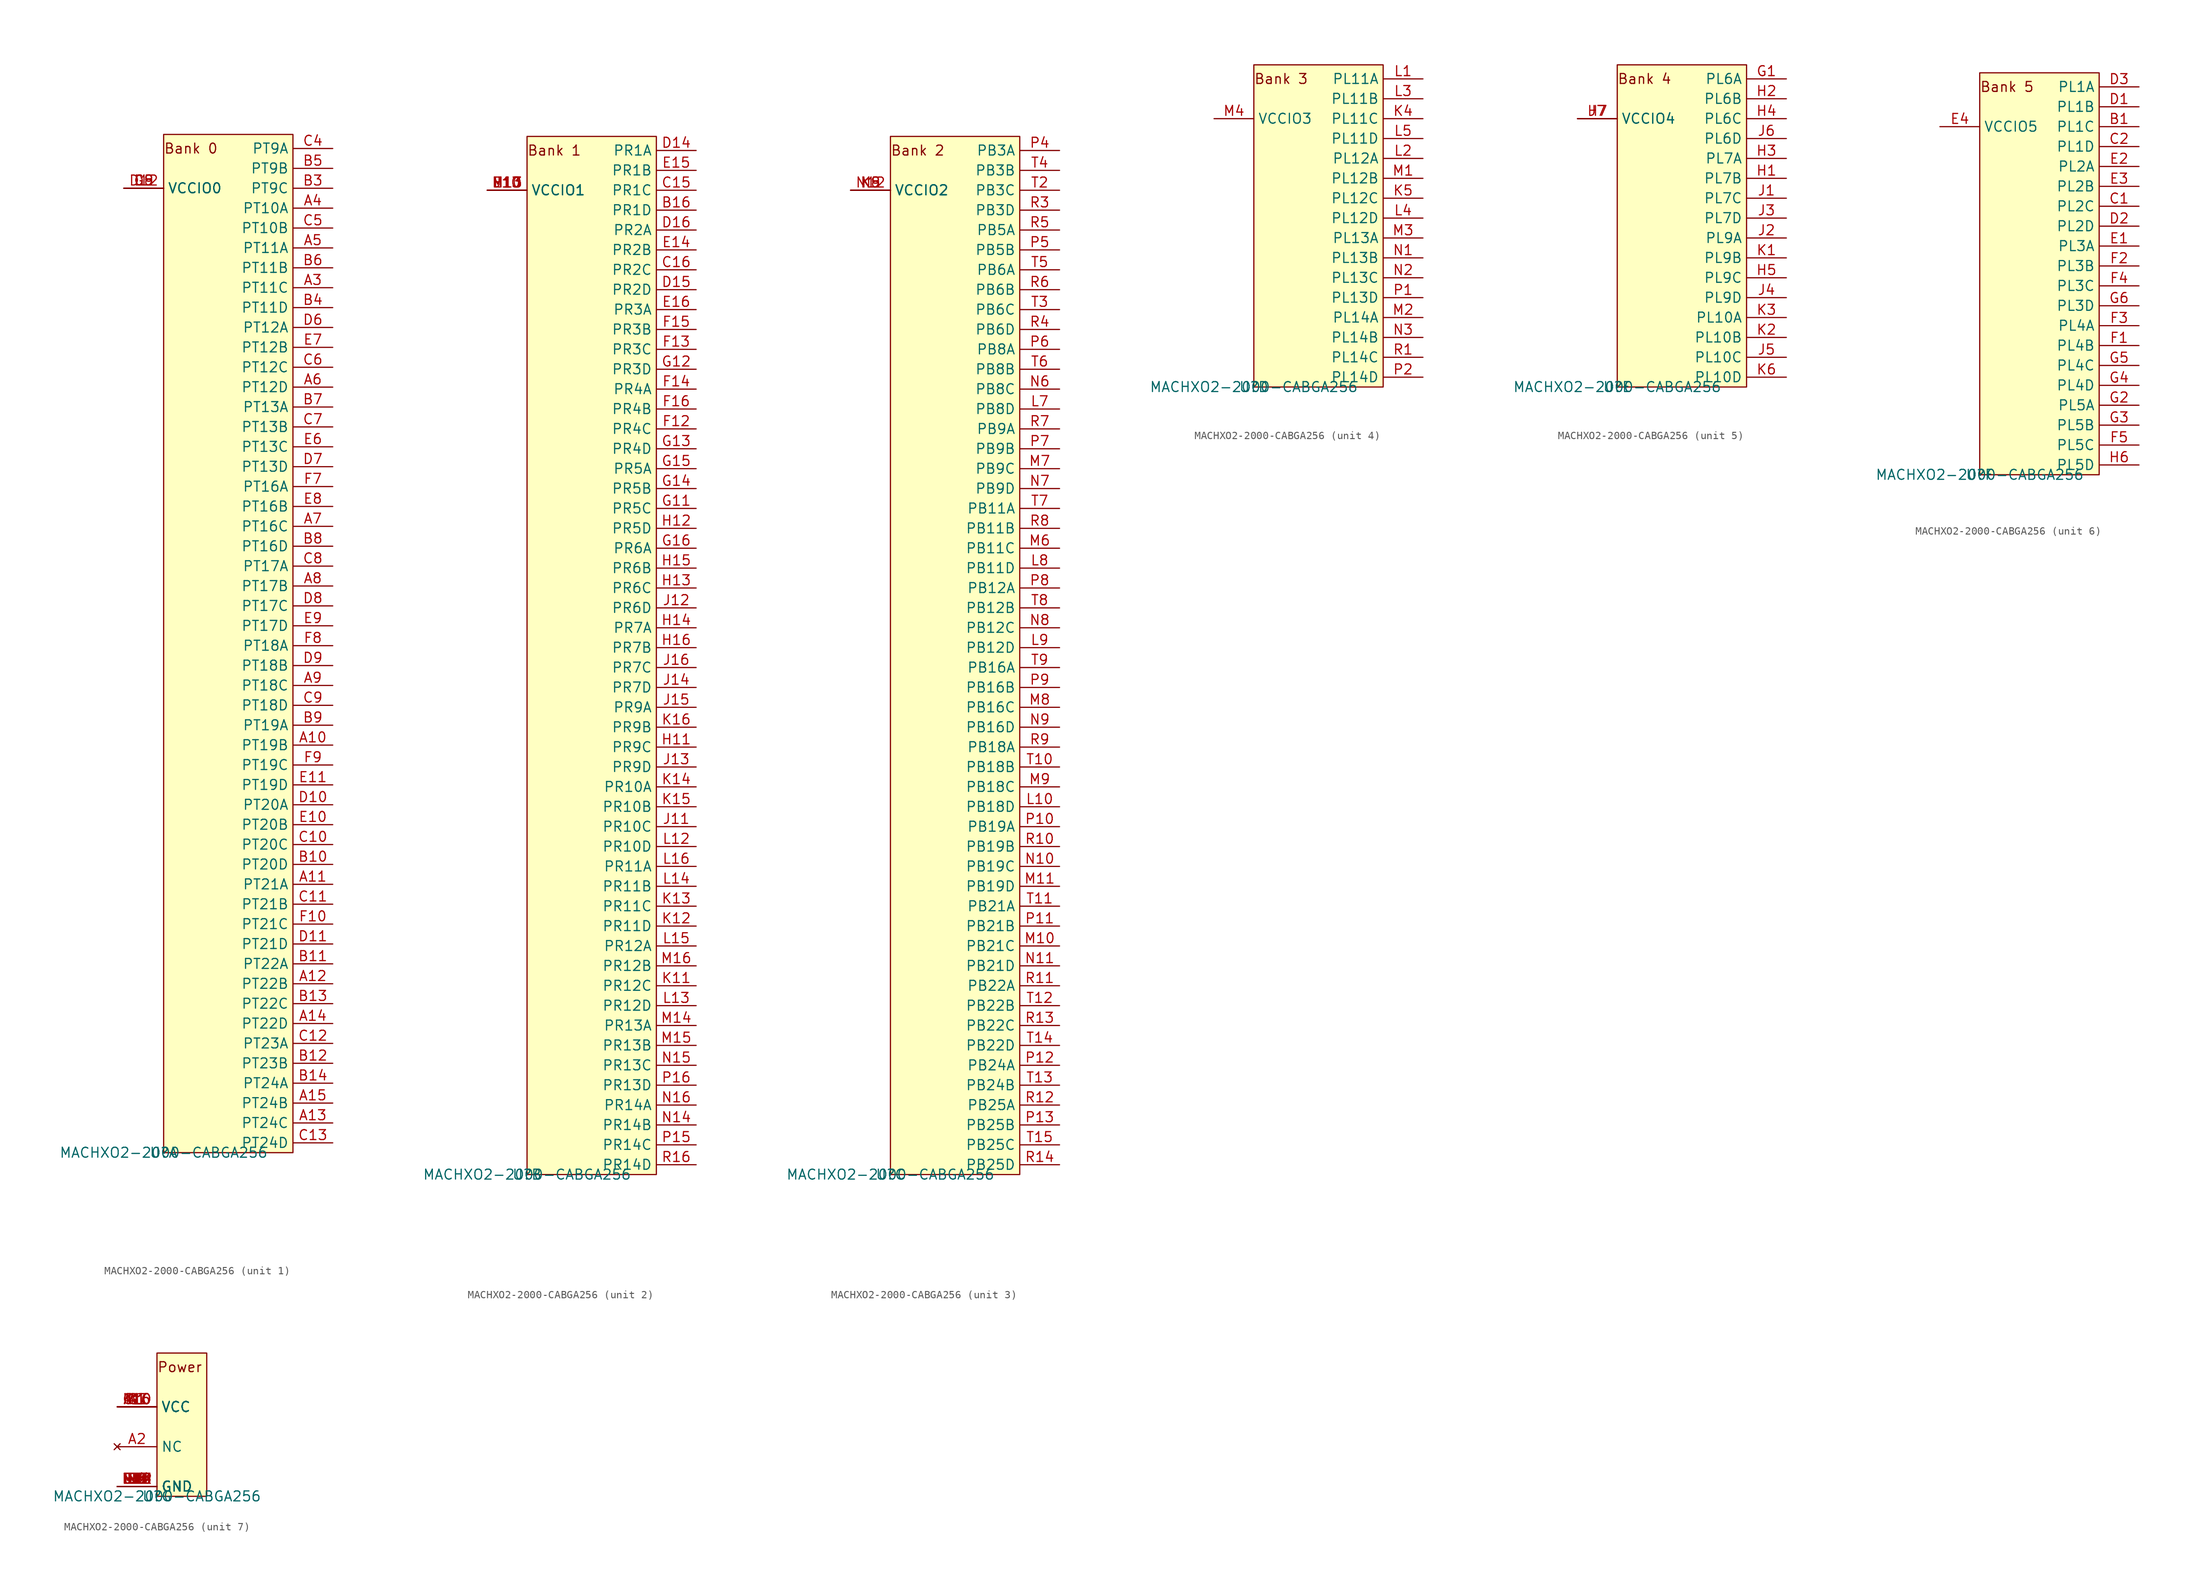
<source format=kicad_sym>
(kicad_symbol_lib
  (version 20211014)
  (generator kicad_symbol_editor)
  (symbol "MACHXO2-2000-CABGA256"
    (property "Reference" "U"
      (at 0 0 0)
      (effects (font (size 1.27 1.27))))
    (property "Value" "MACHXO2-2000-CABGA256"
      (at 0 0 0)
      (effects (font (size 1.27 1.27))))
    (property "ki_locked" ""
      (at 0 0 0)
      (effects (font (size 1.27 1.27))))
    (symbol "MACHXO2-2000-CABGA256_1_0"
      (pin power_in line (at -5.08 123.174 0) (length 5.08) (name "VCCIO0" (effects (font (size 1.27 1.27)))) (number "D5" (effects (font (size 1.27 1.27)))))
      (pin power_in line (at -5.08 123.174 0) (length 5.08) (name "VCCIO0" (effects (font (size 1.27 1.27)))) (number "G8" (effects (font (size 1.27 1.27)))))
      (pin power_in line (at -5.08 123.174 0) (length 5.08) (name "VCCIO0" (effects (font (size 1.27 1.27)))) (number "D12" (effects (font (size 1.27 1.27)))))
      (pin power_in line (at -5.08 123.174 0) (length 5.08) (name "VCCIO0" (effects (font (size 1.27 1.27)))) (number "G9" (effects (font (size 1.27 1.27)))))
      (pin bidirectional line (at 21.59 128.254 180) (length 5.08) (name "PT9A" (effects (font (size 1.27 1.27)))) (number "C4" (effects (font (size 1.27 1.27)))))
      (pin bidirectional line (at 21.59 125.714 180) (length 5.08) (name "PT9B" (effects (font (size 1.27 1.27)))) (number "B5" (effects (font (size 1.27 1.27)))))
      (pin bidirectional line (at 21.59 123.174 180) (length 5.08) (name "PT9C" (effects (font (size 1.27 1.27)))) (number "B3" (effects (font (size 1.27 1.27)))))
      (pin bidirectional line (at 21.59 120.634 180) (length 5.08) (name "PT10A" (effects (font (size 1.27 1.27)))) (number "A4" (effects (font (size 1.27 1.27)))))
      (pin bidirectional line (at 21.59 118.094 180) (length 5.08) (name "PT10B" (effects (font (size 1.27 1.27)))) (number "C5" (effects (font (size 1.27 1.27)))))
      (pin bidirectional line (at 21.59 115.554 180) (length 5.08) (name "PT11A" (effects (font (size 1.27 1.27)))) (number "A5" (effects (font (size 1.27 1.27)))))
      (pin bidirectional line (at 21.59 113.014 180) (length 5.08) (name "PT11B" (effects (font (size 1.27 1.27)))) (number "B6" (effects (font (size 1.27 1.27)))))
      (pin bidirectional line (at 21.59 110.474 180) (length 5.08) (name "PT11C" (effects (font (size 1.27 1.27)))) (number "A3" (effects (font (size 1.27 1.27)))))
      (pin bidirectional line (at 21.59 107.934 180) (length 5.08) (name "PT11D" (effects (font (size 1.27 1.27)))) (number "B4" (effects (font (size 1.27 1.27)))))
      (pin bidirectional line (at 21.59 105.394 180) (length 5.08) (name "PT12A" (effects (font (size 1.27 1.27)))) (number "D6" (effects (font (size 1.27 1.27)))))
      (pin bidirectional line (at 21.59 102.854 180) (length 5.08) (name "PT12B" (effects (font (size 1.27 1.27)))) (number "E7" (effects (font (size 1.27 1.27)))))
      (pin bidirectional line (at 21.59 100.314 180) (length 5.08) (name "PT12C" (effects (font (size 1.27 1.27)))) (number "C6" (effects (font (size 1.27 1.27)))))
      (pin bidirectional line (at 21.59 97.774 180) (length 5.08) (name "PT12D" (effects (font (size 1.27 1.27)))) (number "A6" (effects (font (size 1.27 1.27)))))
      (pin bidirectional line (at 21.59 95.234 180) (length 5.08) (name "PT13A" (effects (font (size 1.27 1.27)))) (number "B7" (effects (font (size 1.27 1.27)))))
      (pin bidirectional line (at 21.59 92.694 180) (length 5.08) (name "PT13B" (effects (font (size 1.27 1.27)))) (number "C7" (effects (font (size 1.27 1.27)))))
      (pin bidirectional line (at 21.59 90.154 180) (length 5.08) (name "PT13C" (effects (font (size 1.27 1.27)))) (number "E6" (effects (font (size 1.27 1.27)))))
      (pin bidirectional line (at 21.59 87.614 180) (length 5.08) (name "PT13D" (effects (font (size 1.27 1.27)))) (number "D7" (effects (font (size 1.27 1.27)))))
      (pin bidirectional line (at 21.59 85.074 180) (length 5.08) (name "PT16A" (effects (font (size 1.27 1.27)))) (number "F7" (effects (font (size 1.27 1.27)))))
      (pin bidirectional line (at 21.59 82.534 180) (length 5.08) (name "PT16B" (effects (font (size 1.27 1.27)))) (number "E8" (effects (font (size 1.27 1.27)))))
      (pin bidirectional line (at 21.59 79.994 180) (length 5.08) (name "PT16C" (effects (font (size 1.27 1.27)))) (number "A7" (effects (font (size 1.27 1.27)))))
      (pin bidirectional line (at 21.59 77.454 180) (length 5.08) (name "PT16D" (effects (font (size 1.27 1.27)))) (number "B8" (effects (font (size 1.27 1.27)))))
      (pin bidirectional line (at 21.59 74.914 180) (length 5.08) (name "PT17A" (effects (font (size 1.27 1.27)))) (number "C8" (effects (font (size 1.27 1.27)))))
      (pin bidirectional line (at 21.59 72.374 180) (length 5.08) (name "PT17B" (effects (font (size 1.27 1.27)))) (number "A8" (effects (font (size 1.27 1.27)))))
      (pin bidirectional line (at 21.59 69.834 180) (length 5.08) (name "PT17C" (effects (font (size 1.27 1.27)))) (number "D8" (effects (font (size 1.27 1.27)))))
      (pin bidirectional line (at 21.59 67.294 180) (length 5.08) (name "PT17D" (effects (font (size 1.27 1.27)))) (number "E9" (effects (font (size 1.27 1.27)))))
      (pin bidirectional line (at 21.59 64.754 180) (length 5.08) (name "PT18A" (effects (font (size 1.27 1.27)))) (number "F8" (effects (font (size 1.27 1.27)))))
      (pin bidirectional line (at 21.59 62.214 180) (length 5.08) (name "PT18B" (effects (font (size 1.27 1.27)))) (number "D9" (effects (font (size 1.27 1.27)))))
      (pin bidirectional line (at 21.59 59.674 180) (length 5.08) (name "PT18C" (effects (font (size 1.27 1.27)))) (number "A9" (effects (font (size 1.27 1.27)))))
      (pin bidirectional line (at 21.59 57.134 180) (length 5.08) (name "PT18D" (effects (font (size 1.27 1.27)))) (number "C9" (effects (font (size 1.27 1.27)))))
      (pin bidirectional line (at 21.59 54.594 180) (length 5.08) (name "PT19A" (effects (font (size 1.27 1.27)))) (number "B9" (effects (font (size 1.27 1.27)))))
      (pin bidirectional line (at 21.59 52.054 180) (length 5.08) (name "PT19B" (effects (font (size 1.27 1.27)))) (number "A10" (effects (font (size 1.27 1.27)))))
      (pin bidirectional line (at 21.59 49.514 180) (length 5.08) (name "PT19C" (effects (font (size 1.27 1.27)))) (number "F9" (effects (font (size 1.27 1.27)))))
      (pin bidirectional line (at 21.59 46.974 180) (length 5.08) (name "PT19D" (effects (font (size 1.27 1.27)))) (number "E11" (effects (font (size 1.27 1.27)))))
      (pin bidirectional line (at 21.59 44.434 180) (length 5.08) (name "PT20A" (effects (font (size 1.27 1.27)))) (number "D10" (effects (font (size 1.27 1.27)))))
      (pin bidirectional line (at 21.59 41.894 180) (length 5.08) (name "PT20B" (effects (font (size 1.27 1.27)))) (number "E10" (effects (font (size 1.27 1.27)))))
      (pin bidirectional line (at 21.59 39.354 180) (length 5.08) (name "PT20C" (effects (font (size 1.27 1.27)))) (number "C10" (effects (font (size 1.27 1.27)))))
      (pin bidirectional line (at 21.59 36.814 180) (length 5.08) (name "PT20D" (effects (font (size 1.27 1.27)))) (number "B10" (effects (font (size 1.27 1.27)))))
      (pin bidirectional line (at 21.59 34.274 180) (length 5.08) (name "PT21A" (effects (font (size 1.27 1.27)))) (number "A11" (effects (font (size 1.27 1.27)))))
      (pin bidirectional line (at 21.59 31.734 180) (length 5.08) (name "PT21B" (effects (font (size 1.27 1.27)))) (number "C11" (effects (font (size 1.27 1.27)))))
      (pin bidirectional line (at 21.59 29.194 180) (length 5.08) (name "PT21C" (effects (font (size 1.27 1.27)))) (number "F10" (effects (font (size 1.27 1.27)))))
      (pin bidirectional line (at 21.59 26.654 180) (length 5.08) (name "PT21D" (effects (font (size 1.27 1.27)))) (number "D11" (effects (font (size 1.27 1.27)))))
      (pin bidirectional line (at 21.59 24.114 180) (length 5.08) (name "PT22A" (effects (font (size 1.27 1.27)))) (number "B11" (effects (font (size 1.27 1.27)))))
      (pin bidirectional line (at 21.59 21.574 180) (length 5.08) (name "PT22B" (effects (font (size 1.27 1.27)))) (number "A12" (effects (font (size 1.27 1.27)))))
      (pin bidirectional line (at 21.59 19.034 180) (length 5.08) (name "PT22C" (effects (font (size 1.27 1.27)))) (number "B13" (effects (font (size 1.27 1.27)))))
      (pin bidirectional line (at 21.59 16.494 180) (length 5.08) (name "PT22D" (effects (font (size 1.27 1.27)))) (number "A14" (effects (font (size 1.27 1.27)))))
      (pin bidirectional line (at 21.59 13.954 180) (length 5.08) (name "PT23A" (effects (font (size 1.27 1.27)))) (number "C12" (effects (font (size 1.27 1.27)))))
      (pin bidirectional line (at 21.59 11.414 180) (length 5.08) (name "PT23B" (effects (font (size 1.27 1.27)))) (number "B12" (effects (font (size 1.27 1.27)))))
      (pin bidirectional line (at 21.59 8.874 180) (length 5.08) (name "PT24A" (effects (font (size 1.27 1.27)))) (number "B14" (effects (font (size 1.27 1.27)))))
      (pin bidirectional line (at 21.59 6.334 180) (length 5.08) (name "PT24B" (effects (font (size 1.27 1.27)))) (number "A15" (effects (font (size 1.27 1.27)))))
      (pin bidirectional line (at 21.59 3.794 180) (length 5.08) (name "PT24C" (effects (font (size 1.27 1.27)))) (number "A13" (effects (font (size 1.27 1.27)))))
      (pin bidirectional line (at 21.59 1.254 180) (length 5.08) (name "PT24D" (effects (font (size 1.27 1.27)))) (number "C13" (effects (font (size 1.27 1.27))))))
    (symbol "MACHXO2-2000-CABGA256_1_1"
      (rectangle (start 0 0) (end 16.51 130.048) (stroke (width 0) (type default) (color 0 0 0 0)) (fill (type background)))
      (text "Bank 0" (at 0 128.254 0) (effects (font (size 1.27 1.27)) (justify left))))
    (symbol "MACHXO2-2000-CABGA256_2_0"
      (pin power_in line (at -5.08 125.714 0) (length 5.08) (name "VCCIO1" (effects (font (size 1.27 1.27)))) (number "E13" (effects (font (size 1.27 1.27)))))
      (pin power_in line (at -5.08 125.714 0) (length 5.08) (name "VCCIO1" (effects (font (size 1.27 1.27)))) (number "H10" (effects (font (size 1.27 1.27)))))
      (pin power_in line (at -5.08 125.714 0) (length 5.08) (name "VCCIO1" (effects (font (size 1.27 1.27)))) (number "J10" (effects (font (size 1.27 1.27)))))
      (pin power_in line (at -5.08 125.714 0) (length 5.08) (name "VCCIO1" (effects (font (size 1.27 1.27)))) (number "M13" (effects (font (size 1.27 1.27)))))
      (pin bidirectional line (at 21.59 130.794 180) (length 5.08) (name "PR1A" (effects (font (size 1.27 1.27)))) (number "D14" (effects (font (size 1.27 1.27)))))
      (pin bidirectional line (at 21.59 128.254 180) (length 5.08) (name "PR1B" (effects (font (size 1.27 1.27)))) (number "E15" (effects (font (size 1.27 1.27)))))
      (pin bidirectional line (at 21.59 125.714 180) (length 5.08) (name "PR1C" (effects (font (size 1.27 1.27)))) (number "C15" (effects (font (size 1.27 1.27)))))
      (pin bidirectional line (at 21.59 123.174 180) (length 5.08) (name "PR1D" (effects (font (size 1.27 1.27)))) (number "B16" (effects (font (size 1.27 1.27)))))
      (pin bidirectional line (at 21.59 120.634 180) (length 5.08) (name "PR2A" (effects (font (size 1.27 1.27)))) (number "D16" (effects (font (size 1.27 1.27)))))
      (pin bidirectional line (at 21.59 118.094 180) (length 5.08) (name "PR2B" (effects (font (size 1.27 1.27)))) (number "E14" (effects (font (size 1.27 1.27)))))
      (pin bidirectional line (at 21.59 115.554 180) (length 5.08) (name "PR2C" (effects (font (size 1.27 1.27)))) (number "C16" (effects (font (size 1.27 1.27)))))
      (pin bidirectional line (at 21.59 113.014 180) (length 5.08) (name "PR2D" (effects (font (size 1.27 1.27)))) (number "D15" (effects (font (size 1.27 1.27)))))
      (pin bidirectional line (at 21.59 110.474 180) (length 5.08) (name "PR3A" (effects (font (size 1.27 1.27)))) (number "E16" (effects (font (size 1.27 1.27)))))
      (pin bidirectional line (at 21.59 107.934 180) (length 5.08) (name "PR3B" (effects (font (size 1.27 1.27)))) (number "F15" (effects (font (size 1.27 1.27)))))
      (pin bidirectional line (at 21.59 105.394 180) (length 5.08) (name "PR3C" (effects (font (size 1.27 1.27)))) (number "F13" (effects (font (size 1.27 1.27)))))
      (pin bidirectional line (at 21.59 102.854 180) (length 5.08) (name "PR3D" (effects (font (size 1.27 1.27)))) (number "G12" (effects (font (size 1.27 1.27)))))
      (pin bidirectional line (at 21.59 100.314 180) (length 5.08) (name "PR4A" (effects (font (size 1.27 1.27)))) (number "F14" (effects (font (size 1.27 1.27)))))
      (pin bidirectional line (at 21.59 97.774 180) (length 5.08) (name "PR4B" (effects (font (size 1.27 1.27)))) (number "F16" (effects (font (size 1.27 1.27)))))
      (pin bidirectional line (at 21.59 95.234 180) (length 5.08) (name "PR4C" (effects (font (size 1.27 1.27)))) (number "F12" (effects (font (size 1.27 1.27)))))
      (pin bidirectional line (at 21.59 92.694 180) (length 5.08) (name "PR4D" (effects (font (size 1.27 1.27)))) (number "G13" (effects (font (size 1.27 1.27)))))
      (pin bidirectional line (at 21.59 90.154 180) (length 5.08) (name "PR5A" (effects (font (size 1.27 1.27)))) (number "G15" (effects (font (size 1.27 1.27)))))
      (pin bidirectional line (at 21.59 87.614 180) (length 5.08) (name "PR5B" (effects (font (size 1.27 1.27)))) (number "G14" (effects (font (size 1.27 1.27)))))
      (pin bidirectional line (at 21.59 85.074 180) (length 5.08) (name "PR5C" (effects (font (size 1.27 1.27)))) (number "G11" (effects (font (size 1.27 1.27)))))
      (pin bidirectional line (at 21.59 82.534 180) (length 5.08) (name "PR5D" (effects (font (size 1.27 1.27)))) (number "H12" (effects (font (size 1.27 1.27)))))
      (pin bidirectional line (at 21.59 79.994 180) (length 5.08) (name "PR6A" (effects (font (size 1.27 1.27)))) (number "G16" (effects (font (size 1.27 1.27)))))
      (pin bidirectional line (at 21.59 77.454 180) (length 5.08) (name "PR6B" (effects (font (size 1.27 1.27)))) (number "H15" (effects (font (size 1.27 1.27)))))
      (pin bidirectional line (at 21.59 74.914 180) (length 5.08) (name "PR6C" (effects (font (size 1.27 1.27)))) (number "H13" (effects (font (size 1.27 1.27)))))
      (pin bidirectional line (at 21.59 72.374 180) (length 5.08) (name "PR6D" (effects (font (size 1.27 1.27)))) (number "J12" (effects (font (size 1.27 1.27)))))
      (pin bidirectional line (at 21.59 69.834 180) (length 5.08) (name "PR7A" (effects (font (size 1.27 1.27)))) (number "H14" (effects (font (size 1.27 1.27)))))
      (pin bidirectional line (at 21.59 67.294 180) (length 5.08) (name "PR7B" (effects (font (size 1.27 1.27)))) (number "H16" (effects (font (size 1.27 1.27)))))
      (pin bidirectional line (at 21.59 64.754 180) (length 5.08) (name "PR7C" (effects (font (size 1.27 1.27)))) (number "J16" (effects (font (size 1.27 1.27)))))
      (pin bidirectional line (at 21.59 62.214 180) (length 5.08) (name "PR7D" (effects (font (size 1.27 1.27)))) (number "J14" (effects (font (size 1.27 1.27)))))
      (pin bidirectional line (at 21.59 59.674 180) (length 5.08) (name "PR9A" (effects (font (size 1.27 1.27)))) (number "J15" (effects (font (size 1.27 1.27)))))
      (pin bidirectional line (at 21.59 57.134 180) (length 5.08) (name "PR9B" (effects (font (size 1.27 1.27)))) (number "K16" (effects (font (size 1.27 1.27)))))
      (pin bidirectional line (at 21.59 54.594 180) (length 5.08) (name "PR9C" (effects (font (size 1.27 1.27)))) (number "H11" (effects (font (size 1.27 1.27)))))
      (pin bidirectional line (at 21.59 52.054 180) (length 5.08) (name "PR9D" (effects (font (size 1.27 1.27)))) (number "J13" (effects (font (size 1.27 1.27)))))
      (pin bidirectional line (at 21.59 49.514 180) (length 5.08) (name "PR10A" (effects (font (size 1.27 1.27)))) (number "K14" (effects (font (size 1.27 1.27)))))
      (pin bidirectional line (at 21.59 46.974 180) (length 5.08) (name "PR10B" (effects (font (size 1.27 1.27)))) (number "K15" (effects (font (size 1.27 1.27)))))
      (pin bidirectional line (at 21.59 44.434 180) (length 5.08) (name "PR10C" (effects (font (size 1.27 1.27)))) (number "J11" (effects (font (size 1.27 1.27)))))
      (pin bidirectional line (at 21.59 41.894 180) (length 5.08) (name "PR10D" (effects (font (size 1.27 1.27)))) (number "L12" (effects (font (size 1.27 1.27)))))
      (pin bidirectional line (at 21.59 39.354 180) (length 5.08) (name "PR11A" (effects (font (size 1.27 1.27)))) (number "L16" (effects (font (size 1.27 1.27)))))
      (pin bidirectional line (at 21.59 36.814 180) (length 5.08) (name "PR11B" (effects (font (size 1.27 1.27)))) (number "L14" (effects (font (size 1.27 1.27)))))
      (pin bidirectional line (at 21.59 34.274 180) (length 5.08) (name "PR11C" (effects (font (size 1.27 1.27)))) (number "K13" (effects (font (size 1.27 1.27)))))
      (pin bidirectional line (at 21.59 31.734 180) (length 5.08) (name "PR11D" (effects (font (size 1.27 1.27)))) (number "K12" (effects (font (size 1.27 1.27)))))
      (pin bidirectional line (at 21.59 29.194 180) (length 5.08) (name "PR12A" (effects (font (size 1.27 1.27)))) (number "L15" (effects (font (size 1.27 1.27)))))
      (pin bidirectional line (at 21.59 26.654 180) (length 5.08) (name "PR12B" (effects (font (size 1.27 1.27)))) (number "M16" (effects (font (size 1.27 1.27)))))
      (pin bidirectional line (at 21.59 24.114 180) (length 5.08) (name "PR12C" (effects (font (size 1.27 1.27)))) (number "K11" (effects (font (size 1.27 1.27)))))
      (pin bidirectional line (at 21.59 21.574 180) (length 5.08) (name "PR12D" (effects (font (size 1.27 1.27)))) (number "L13" (effects (font (size 1.27 1.27)))))
      (pin bidirectional line (at 21.59 19.034 180) (length 5.08) (name "PR13A" (effects (font (size 1.27 1.27)))) (number "M14" (effects (font (size 1.27 1.27)))))
      (pin bidirectional line (at 21.59 16.494 180) (length 5.08) (name "PR13B" (effects (font (size 1.27 1.27)))) (number "M15" (effects (font (size 1.27 1.27)))))
      (pin bidirectional line (at 21.59 13.954 180) (length 5.08) (name "PR13C" (effects (font (size 1.27 1.27)))) (number "N15" (effects (font (size 1.27 1.27)))))
      (pin bidirectional line (at 21.59 11.414 180) (length 5.08) (name "PR13D" (effects (font (size 1.27 1.27)))) (number "P16" (effects (font (size 1.27 1.27)))))
      (pin bidirectional line (at 21.59 8.874 180) (length 5.08) (name "PR14A" (effects (font (size 1.27 1.27)))) (number "N16" (effects (font (size 1.27 1.27)))))
      (pin bidirectional line (at 21.59 6.334 180) (length 5.08) (name "PR14B" (effects (font (size 1.27 1.27)))) (number "N14" (effects (font (size 1.27 1.27)))))
      (pin bidirectional line (at 21.59 3.794 180) (length 5.08) (name "PR14C" (effects (font (size 1.27 1.27)))) (number "P15" (effects (font (size 1.27 1.27)))))
      (pin bidirectional line (at 21.59 1.254 180) (length 5.08) (name "PR14D" (effects (font (size 1.27 1.27)))) (number "R16" (effects (font (size 1.27 1.27))))))
    (symbol "MACHXO2-2000-CABGA256_2_1"
      (rectangle (start 0 0) (end 16.51 132.588) (stroke (width 0) (type default) (color 0 0 0 0)) (fill (type background)))
      (text "Bank 1" (at 0 130.794 0) (effects (font (size 1.27 1.27)) (justify left))))
    (symbol "MACHXO2-2000-CABGA256_3_0"
      (pin power_in line (at -5.08 125.714 0) (length 5.08) (name "VCCIO2" (effects (font (size 1.27 1.27)))) (number "K9" (effects (font (size 1.27 1.27)))))
      (pin power_in line (at -5.08 125.714 0) (length 5.08) (name "VCCIO2" (effects (font (size 1.27 1.27)))) (number "N12" (effects (font (size 1.27 1.27)))))
      (pin power_in line (at -5.08 125.714 0) (length 5.08) (name "VCCIO2" (effects (font (size 1.27 1.27)))) (number "K8" (effects (font (size 1.27 1.27)))))
      (pin power_in line (at -5.08 125.714 0) (length 5.08) (name "VCCIO2" (effects (font (size 1.27 1.27)))) (number "N5" (effects (font (size 1.27 1.27)))))
      (pin bidirectional line (at 21.59 130.794 180) (length 5.08) (name "PB3A" (effects (font (size 1.27 1.27)))) (number "P4" (effects (font (size 1.27 1.27)))))
      (pin bidirectional line (at 21.59 128.254 180) (length 5.08) (name "PB3B" (effects (font (size 1.27 1.27)))) (number "T4" (effects (font (size 1.27 1.27)))))
      (pin bidirectional line (at 21.59 125.714 180) (length 5.08) (name "PB3C" (effects (font (size 1.27 1.27)))) (number "T2" (effects (font (size 1.27 1.27)))))
      (pin bidirectional line (at 21.59 123.174 180) (length 5.08) (name "PB3D" (effects (font (size 1.27 1.27)))) (number "R3" (effects (font (size 1.27 1.27)))))
      (pin bidirectional line (at 21.59 120.634 180) (length 5.08) (name "PB5A" (effects (font (size 1.27 1.27)))) (number "R5" (effects (font (size 1.27 1.27)))))
      (pin bidirectional line (at 21.59 118.094 180) (length 5.08) (name "PB5B" (effects (font (size 1.27 1.27)))) (number "P5" (effects (font (size 1.27 1.27)))))
      (pin bidirectional line (at 21.59 115.554 180) (length 5.08) (name "PB6A" (effects (font (size 1.27 1.27)))) (number "T5" (effects (font (size 1.27 1.27)))))
      (pin bidirectional line (at 21.59 113.014 180) (length 5.08) (name "PB6B" (effects (font (size 1.27 1.27)))) (number "R6" (effects (font (size 1.27 1.27)))))
      (pin bidirectional line (at 21.59 110.474 180) (length 5.08) (name "PB6C" (effects (font (size 1.27 1.27)))) (number "T3" (effects (font (size 1.27 1.27)))))
      (pin bidirectional line (at 21.59 107.934 180) (length 5.08) (name "PB6D" (effects (font (size 1.27 1.27)))) (number "R4" (effects (font (size 1.27 1.27)))))
      (pin bidirectional line (at 21.59 105.394 180) (length 5.08) (name "PB8A" (effects (font (size 1.27 1.27)))) (number "P6" (effects (font (size 1.27 1.27)))))
      (pin bidirectional line (at 21.59 102.854 180) (length 5.08) (name "PB8B" (effects (font (size 1.27 1.27)))) (number "T6" (effects (font (size 1.27 1.27)))))
      (pin bidirectional line (at 21.59 100.314 180) (length 5.08) (name "PB8C" (effects (font (size 1.27 1.27)))) (number "N6" (effects (font (size 1.27 1.27)))))
      (pin bidirectional line (at 21.59 97.774 180) (length 5.08) (name "PB8D" (effects (font (size 1.27 1.27)))) (number "L7" (effects (font (size 1.27 1.27)))))
      (pin bidirectional line (at 21.59 95.234 180) (length 5.08) (name "PB9A" (effects (font (size 1.27 1.27)))) (number "R7" (effects (font (size 1.27 1.27)))))
      (pin bidirectional line (at 21.59 92.694 180) (length 5.08) (name "PB9B" (effects (font (size 1.27 1.27)))) (number "P7" (effects (font (size 1.27 1.27)))))
      (pin bidirectional line (at 21.59 90.154 180) (length 5.08) (name "PB9C" (effects (font (size 1.27 1.27)))) (number "M7" (effects (font (size 1.27 1.27)))))
      (pin bidirectional line (at 21.59 87.614 180) (length 5.08) (name "PB9D" (effects (font (size 1.27 1.27)))) (number "N7" (effects (font (size 1.27 1.27)))))
      (pin bidirectional line (at 21.59 85.074 180) (length 5.08) (name "PB11A" (effects (font (size 1.27 1.27)))) (number "T7" (effects (font (size 1.27 1.27)))))
      (pin bidirectional line (at 21.59 82.534 180) (length 5.08) (name "PB11B" (effects (font (size 1.27 1.27)))) (number "R8" (effects (font (size 1.27 1.27)))))
      (pin bidirectional line (at 21.59 79.994 180) (length 5.08) (name "PB11C" (effects (font (size 1.27 1.27)))) (number "M6" (effects (font (size 1.27 1.27)))))
      (pin bidirectional line (at 21.59 77.454 180) (length 5.08) (name "PB11D" (effects (font (size 1.27 1.27)))) (number "L8" (effects (font (size 1.27 1.27)))))
      (pin bidirectional line (at 21.59 74.914 180) (length 5.08) (name "PB12A" (effects (font (size 1.27 1.27)))) (number "P8" (effects (font (size 1.27 1.27)))))
      (pin bidirectional line (at 21.59 72.374 180) (length 5.08) (name "PB12B" (effects (font (size 1.27 1.27)))) (number "T8" (effects (font (size 1.27 1.27)))))
      (pin bidirectional line (at 21.59 69.834 180) (length 5.08) (name "PB12C" (effects (font (size 1.27 1.27)))) (number "N8" (effects (font (size 1.27 1.27)))))
      (pin bidirectional line (at 21.59 67.294 180) (length 5.08) (name "PB12D" (effects (font (size 1.27 1.27)))) (number "L9" (effects (font (size 1.27 1.27)))))
      (pin bidirectional line (at 21.59 64.754 180) (length 5.08) (name "PB16A" (effects (font (size 1.27 1.27)))) (number "T9" (effects (font (size 1.27 1.27)))))
      (pin bidirectional line (at 21.59 62.214 180) (length 5.08) (name "PB16B" (effects (font (size 1.27 1.27)))) (number "P9" (effects (font (size 1.27 1.27)))))
      (pin bidirectional line (at 21.59 59.674 180) (length 5.08) (name "PB16C" (effects (font (size 1.27 1.27)))) (number "M8" (effects (font (size 1.27 1.27)))))
      (pin bidirectional line (at 21.59 57.134 180) (length 5.08) (name "PB16D" (effects (font (size 1.27 1.27)))) (number "N9" (effects (font (size 1.27 1.27)))))
      (pin bidirectional line (at 21.59 54.594 180) (length 5.08) (name "PB18A" (effects (font (size 1.27 1.27)))) (number "R9" (effects (font (size 1.27 1.27)))))
      (pin bidirectional line (at 21.59 52.054 180) (length 5.08) (name "PB18B" (effects (font (size 1.27 1.27)))) (number "T10" (effects (font (size 1.27 1.27)))))
      (pin bidirectional line (at 21.59 49.514 180) (length 5.08) (name "PB18C" (effects (font (size 1.27 1.27)))) (number "M9" (effects (font (size 1.27 1.27)))))
      (pin bidirectional line (at 21.59 46.974 180) (length 5.08) (name "PB18D" (effects (font (size 1.27 1.27)))) (number "L10" (effects (font (size 1.27 1.27)))))
      (pin bidirectional line (at 21.59 44.434 180) (length 5.08) (name "PB19A" (effects (font (size 1.27 1.27)))) (number "P10" (effects (font (size 1.27 1.27)))))
      (pin bidirectional line (at 21.59 41.894 180) (length 5.08) (name "PB19B" (effects (font (size 1.27 1.27)))) (number "R10" (effects (font (size 1.27 1.27)))))
      (pin bidirectional line (at 21.59 39.354 180) (length 5.08) (name "PB19C" (effects (font (size 1.27 1.27)))) (number "N10" (effects (font (size 1.27 1.27)))))
      (pin bidirectional line (at 21.59 36.814 180) (length 5.08) (name "PB19D" (effects (font (size 1.27 1.27)))) (number "M11" (effects (font (size 1.27 1.27)))))
      (pin bidirectional line (at 21.59 34.274 180) (length 5.08) (name "PB21A" (effects (font (size 1.27 1.27)))) (number "T11" (effects (font (size 1.27 1.27)))))
      (pin bidirectional line (at 21.59 31.734 180) (length 5.08) (name "PB21B" (effects (font (size 1.27 1.27)))) (number "P11" (effects (font (size 1.27 1.27)))))
      (pin bidirectional line (at 21.59 29.194 180) (length 5.08) (name "PB21C" (effects (font (size 1.27 1.27)))) (number "M10" (effects (font (size 1.27 1.27)))))
      (pin bidirectional line (at 21.59 26.654 180) (length 5.08) (name "PB21D" (effects (font (size 1.27 1.27)))) (number "N11" (effects (font (size 1.27 1.27)))))
      (pin bidirectional line (at 21.59 24.114 180) (length 5.08) (name "PB22A" (effects (font (size 1.27 1.27)))) (number "R11" (effects (font (size 1.27 1.27)))))
      (pin bidirectional line (at 21.59 21.574 180) (length 5.08) (name "PB22B" (effects (font (size 1.27 1.27)))) (number "T12" (effects (font (size 1.27 1.27)))))
      (pin bidirectional line (at 21.59 19.034 180) (length 5.08) (name "PB22C" (effects (font (size 1.27 1.27)))) (number "R13" (effects (font (size 1.27 1.27)))))
      (pin bidirectional line (at 21.59 16.494 180) (length 5.08) (name "PB22D" (effects (font (size 1.27 1.27)))) (number "T14" (effects (font (size 1.27 1.27)))))
      (pin bidirectional line (at 21.59 13.954 180) (length 5.08) (name "PB24A" (effects (font (size 1.27 1.27)))) (number "P12" (effects (font (size 1.27 1.27)))))
      (pin bidirectional line (at 21.59 11.414 180) (length 5.08) (name "PB24B" (effects (font (size 1.27 1.27)))) (number "T13" (effects (font (size 1.27 1.27)))))
      (pin bidirectional line (at 21.59 8.874 180) (length 5.08) (name "PB25A" (effects (font (size 1.27 1.27)))) (number "R12" (effects (font (size 1.27 1.27)))))
      (pin bidirectional line (at 21.59 6.334 180) (length 5.08) (name "PB25B" (effects (font (size 1.27 1.27)))) (number "P13" (effects (font (size 1.27 1.27)))))
      (pin bidirectional line (at 21.59 3.794 180) (length 5.08) (name "PB25C" (effects (font (size 1.27 1.27)))) (number "T15" (effects (font (size 1.27 1.27)))))
      (pin bidirectional line (at 21.59 1.254 180) (length 5.08) (name "PB25D" (effects (font (size 1.27 1.27)))) (number "R14" (effects (font (size 1.27 1.27))))))
    (symbol "MACHXO2-2000-CABGA256_3_1"
      (rectangle (start 0 0) (end 16.51 132.588) (stroke (width 0) (type default) (color 0 0 0 0)) (fill (type background)))
      (text "Bank 2" (at 0 130.794 0) (effects (font (size 1.27 1.27)) (justify left))))
    (symbol "MACHXO2-2000-CABGA256_4_0"
      (pin power_in line (at -5.08 34.274 0) (length 5.08) (name "VCCIO3" (effects (font (size 1.27 1.27)))) (number "M4" (effects (font (size 1.27 1.27)))))
      (pin bidirectional line (at 21.59 39.354 180) (length 5.08) (name "PL11A" (effects (font (size 1.27 1.27)))) (number "L1" (effects (font (size 1.27 1.27)))))
      (pin bidirectional line (at 21.59 36.814 180) (length 5.08) (name "PL11B" (effects (font (size 1.27 1.27)))) (number "L3" (effects (font (size 1.27 1.27)))))
      (pin bidirectional line (at 21.59 34.274 180) (length 5.08) (name "PL11C" (effects (font (size 1.27 1.27)))) (number "K4" (effects (font (size 1.27 1.27)))))
      (pin bidirectional line (at 21.59 31.734 180) (length 5.08) (name "PL11D" (effects (font (size 1.27 1.27)))) (number "L5" (effects (font (size 1.27 1.27)))))
      (pin bidirectional line (at 21.59 29.194 180) (length 5.08) (name "PL12A" (effects (font (size 1.27 1.27)))) (number "L2" (effects (font (size 1.27 1.27)))))
      (pin bidirectional line (at 21.59 26.654 180) (length 5.08) (name "PL12B" (effects (font (size 1.27 1.27)))) (number "M1" (effects (font (size 1.27 1.27)))))
      (pin bidirectional line (at 21.59 24.114 180) (length 5.08) (name "PL12C" (effects (font (size 1.27 1.27)))) (number "K5" (effects (font (size 1.27 1.27)))))
      (pin bidirectional line (at 21.59 21.574 180) (length 5.08) (name "PL12D" (effects (font (size 1.27 1.27)))) (number "L4" (effects (font (size 1.27 1.27)))))
      (pin bidirectional line (at 21.59 19.034 180) (length 5.08) (name "PL13A" (effects (font (size 1.27 1.27)))) (number "M3" (effects (font (size 1.27 1.27)))))
      (pin bidirectional line (at 21.59 16.494 180) (length 5.08) (name "PL13B" (effects (font (size 1.27 1.27)))) (number "N1" (effects (font (size 1.27 1.27)))))
      (pin bidirectional line (at 21.59 13.954 180) (length 5.08) (name "PL13C" (effects (font (size 1.27 1.27)))) (number "N2" (effects (font (size 1.27 1.27)))))
      (pin bidirectional line (at 21.59 11.414 180) (length 5.08) (name "PL13D" (effects (font (size 1.27 1.27)))) (number "P1" (effects (font (size 1.27 1.27)))))
      (pin bidirectional line (at 21.59 8.874 180) (length 5.08) (name "PL14A" (effects (font (size 1.27 1.27)))) (number "M2" (effects (font (size 1.27 1.27)))))
      (pin bidirectional line (at 21.59 6.334 180) (length 5.08) (name "PL14B" (effects (font (size 1.27 1.27)))) (number "N3" (effects (font (size 1.27 1.27)))))
      (pin bidirectional line (at 21.59 3.794 180) (length 5.08) (name "PL14C" (effects (font (size 1.27 1.27)))) (number "R1" (effects (font (size 1.27 1.27)))))
      (pin bidirectional line (at 21.59 1.254 180) (length 5.08) (name "PL14D" (effects (font (size 1.27 1.27)))) (number "P2" (effects (font (size 1.27 1.27))))))
    (symbol "MACHXO2-2000-CABGA256_4_1"
      (rectangle (start 0 0) (end 16.51 41.148) (stroke (width 0) (type default) (color 0 0 0 0)) (fill (type background)))
      (text "Bank 3" (at 0 39.354 0) (effects (font (size 1.27 1.27)) (justify left))))
    (symbol "MACHXO2-2000-CABGA256_5_0"
      (pin power_in line (at -5.08 34.274 0) (length 5.08) (name "VCCIO4" (effects (font (size 1.27 1.27)))) (number "J7" (effects (font (size 1.27 1.27)))))
      (pin power_in line (at -5.08 34.274 0) (length 5.08) (name "VCCIO4" (effects (font (size 1.27 1.27)))) (number "H7" (effects (font (size 1.27 1.27)))))
      (pin bidirectional line (at 21.59 39.354 180) (length 5.08) (name "PL6A" (effects (font (size 1.27 1.27)))) (number "G1" (effects (font (size 1.27 1.27)))))
      (pin bidirectional line (at 21.59 36.814 180) (length 5.08) (name "PL6B" (effects (font (size 1.27 1.27)))) (number "H2" (effects (font (size 1.27 1.27)))))
      (pin bidirectional line (at 21.59 34.274 180) (length 5.08) (name "PL6C" (effects (font (size 1.27 1.27)))) (number "H4" (effects (font (size 1.27 1.27)))))
      (pin bidirectional line (at 21.59 31.734 180) (length 5.08) (name "PL6D" (effects (font (size 1.27 1.27)))) (number "J6" (effects (font (size 1.27 1.27)))))
      (pin bidirectional line (at 21.59 29.194 180) (length 5.08) (name "PL7A" (effects (font (size 1.27 1.27)))) (number "H3" (effects (font (size 1.27 1.27)))))
      (pin bidirectional line (at 21.59 26.654 180) (length 5.08) (name "PL7B" (effects (font (size 1.27 1.27)))) (number "H1" (effects (font (size 1.27 1.27)))))
      (pin bidirectional line (at 21.59 24.114 180) (length 5.08) (name "PL7C" (effects (font (size 1.27 1.27)))) (number "J1" (effects (font (size 1.27 1.27)))))
      (pin bidirectional line (at 21.59 21.574 180) (length 5.08) (name "PL7D" (effects (font (size 1.27 1.27)))) (number "J3" (effects (font (size 1.27 1.27)))))
      (pin bidirectional line (at 21.59 19.034 180) (length 5.08) (name "PL9A" (effects (font (size 1.27 1.27)))) (number "J2" (effects (font (size 1.27 1.27)))))
      (pin bidirectional line (at 21.59 16.494 180) (length 5.08) (name "PL9B" (effects (font (size 1.27 1.27)))) (number "K1" (effects (font (size 1.27 1.27)))))
      (pin bidirectional line (at 21.59 13.954 180) (length 5.08) (name "PL9C" (effects (font (size 1.27 1.27)))) (number "H5" (effects (font (size 1.27 1.27)))))
      (pin bidirectional line (at 21.59 11.414 180) (length 5.08) (name "PL9D" (effects (font (size 1.27 1.27)))) (number "J4" (effects (font (size 1.27 1.27)))))
      (pin bidirectional line (at 21.59 8.874 180) (length 5.08) (name "PL10A" (effects (font (size 1.27 1.27)))) (number "K3" (effects (font (size 1.27 1.27)))))
      (pin bidirectional line (at 21.59 6.334 180) (length 5.08) (name "PL10B" (effects (font (size 1.27 1.27)))) (number "K2" (effects (font (size 1.27 1.27)))))
      (pin bidirectional line (at 21.59 3.794 180) (length 5.08) (name "PL10C" (effects (font (size 1.27 1.27)))) (number "J5" (effects (font (size 1.27 1.27)))))
      (pin bidirectional line (at 21.59 1.254 180) (length 5.08) (name "PL10D" (effects (font (size 1.27 1.27)))) (number "K6" (effects (font (size 1.27 1.27))))))
    (symbol "MACHXO2-2000-CABGA256_5_1"
      (rectangle (start 0 0) (end 16.51 41.148) (stroke (width 0) (type default) (color 0 0 0 0)) (fill (type background)))
      (text "Bank 4" (at 0 39.354 0) (effects (font (size 1.27 1.27)) (justify left))))
    (symbol "MACHXO2-2000-CABGA256_6_0"
      (pin power_in line (at -5.08 44.434 0) (length 5.08) (name "VCCIO5" (effects (font (size 1.27 1.27)))) (number "E4" (effects (font (size 1.27 1.27)))))
      (pin bidirectional line (at 20.32 49.514 180) (length 5.08) (name "PL1A" (effects (font (size 1.27 1.27)))) (number "D3" (effects (font (size 1.27 1.27)))))
      (pin bidirectional line (at 20.32 46.974 180) (length 5.08) (name "PL1B" (effects (font (size 1.27 1.27)))) (number "D1" (effects (font (size 1.27 1.27)))))
      (pin bidirectional line (at 20.32 44.434 180) (length 5.08) (name "PL1C" (effects (font (size 1.27 1.27)))) (number "B1" (effects (font (size 1.27 1.27)))))
      (pin bidirectional line (at 20.32 41.894 180) (length 5.08) (name "PL1D" (effects (font (size 1.27 1.27)))) (number "C2" (effects (font (size 1.27 1.27)))))
      (pin bidirectional line (at 20.32 39.354 180) (length 5.08) (name "PL2A" (effects (font (size 1.27 1.27)))) (number "E2" (effects (font (size 1.27 1.27)))))
      (pin bidirectional line (at 20.32 36.814 180) (length 5.08) (name "PL2B" (effects (font (size 1.27 1.27)))) (number "E3" (effects (font (size 1.27 1.27)))))
      (pin bidirectional line (at 20.32 34.274 180) (length 5.08) (name "PL2C" (effects (font (size 1.27 1.27)))) (number "C1" (effects (font (size 1.27 1.27)))))
      (pin bidirectional line (at 20.32 31.734 180) (length 5.08) (name "PL2D" (effects (font (size 1.27 1.27)))) (number "D2" (effects (font (size 1.27 1.27)))))
      (pin bidirectional line (at 20.32 29.194 180) (length 5.08) (name "PL3A" (effects (font (size 1.27 1.27)))) (number "E1" (effects (font (size 1.27 1.27)))))
      (pin bidirectional line (at 20.32 26.654 180) (length 5.08) (name "PL3B" (effects (font (size 1.27 1.27)))) (number "F2" (effects (font (size 1.27 1.27)))))
      (pin bidirectional line (at 20.32 24.114 180) (length 5.08) (name "PL3C" (effects (font (size 1.27 1.27)))) (number "F4" (effects (font (size 1.27 1.27)))))
      (pin bidirectional line (at 20.32 21.574 180) (length 5.08) (name "PL3D" (effects (font (size 1.27 1.27)))) (number "G6" (effects (font (size 1.27 1.27)))))
      (pin bidirectional line (at 20.32 19.034 180) (length 5.08) (name "PL4A" (effects (font (size 1.27 1.27)))) (number "F3" (effects (font (size 1.27 1.27)))))
      (pin bidirectional line (at 20.32 16.494 180) (length 5.08) (name "PL4B" (effects (font (size 1.27 1.27)))) (number "F1" (effects (font (size 1.27 1.27)))))
      (pin bidirectional line (at 20.32 13.954 180) (length 5.08) (name "PL4C" (effects (font (size 1.27 1.27)))) (number "G5" (effects (font (size 1.27 1.27)))))
      (pin bidirectional line (at 20.32 11.414 180) (length 5.08) (name "PL4D" (effects (font (size 1.27 1.27)))) (number "G4" (effects (font (size 1.27 1.27)))))
      (pin bidirectional line (at 20.32 8.874 180) (length 5.08) (name "PL5A" (effects (font (size 1.27 1.27)))) (number "G2" (effects (font (size 1.27 1.27)))))
      (pin bidirectional line (at 20.32 6.334 180) (length 5.08) (name "PL5B" (effects (font (size 1.27 1.27)))) (number "G3" (effects (font (size 1.27 1.27)))))
      (pin bidirectional line (at 20.32 3.794 180) (length 5.08) (name "PL5C" (effects (font (size 1.27 1.27)))) (number "F5" (effects (font (size 1.27 1.27)))))
      (pin bidirectional line (at 20.32 1.254 180) (length 5.08) (name "PL5D" (effects (font (size 1.27 1.27)))) (number "H6" (effects (font (size 1.27 1.27))))))
    (symbol "MACHXO2-2000-CABGA256_6_1"
      (rectangle (start 0 0) (end 15.24 51.308) (stroke (width 0) (type default) (color 0 0 0 0)) (fill (type background)))
      (text "Bank 5" (at 0 49.514 0) (effects (font (size 1.27 1.27)) (justify left))))
    (symbol "MACHXO2-2000-CABGA256_7_0"
      (pin power_in line (at -5.08 11.414 0) (length 5.08) (name "VCC" (effects (font (size 1.27 1.27)))) (number "A1" (effects (font (size 1.27 1.27)))))
      (pin power_in line (at -5.08 11.414 0) (length 5.08) (name "VCC" (effects (font (size 1.27 1.27)))) (number "A16" (effects (font (size 1.27 1.27)))))
      (pin power_in line (at -5.08 11.414 0) (length 5.08) (name "VCC" (effects (font (size 1.27 1.27)))) (number "T1" (effects (font (size 1.27 1.27)))))
      (pin power_in line (at -5.08 11.414 0) (length 5.08) (name "VCC" (effects (font (size 1.27 1.27)))) (number "T16" (effects (font (size 1.27 1.27)))))
      (pin power_in line (at -5.08 11.414 0) (length 5.08) (name "VCC" (effects (font (size 1.27 1.27)))) (number "G7" (effects (font (size 1.27 1.27)))))
      (pin power_in line (at -5.08 11.414 0) (length 5.08) (name "VCC" (effects (font (size 1.27 1.27)))) (number "G10" (effects (font (size 1.27 1.27)))))
      (pin power_in line (at -5.08 11.414 0) (length 5.08) (name "VCC" (effects (font (size 1.27 1.27)))) (number "K7" (effects (font (size 1.27 1.27)))))
      (pin power_in line (at -5.08 11.414 0) (length 5.08) (name "VCC" (effects (font (size 1.27 1.27)))) (number "K10" (effects (font (size 1.27 1.27)))))
      (pin no_connect line (at -5.08 6.334 0) (length 5.08) (name "NC" (effects (font (size 1.27 1.27)))) (number "A2" (effects (font (size 1.27 1.27)))))
      (pin power_in line (at -5.08 1.254 0) (length 5.08) (name "GND" (effects (font (size 1.27 1.27)))) (number "B2" (effects (font (size 1.27 1.27)))))
      (pin power_in line (at -5.08 1.254 0) (length 5.08) (name "GND" (effects (font (size 1.27 1.27)))) (number "B15" (effects (font (size 1.27 1.27)))))
      (pin power_in line (at -5.08 1.254 0) (length 5.08) (name "GND" (effects (font (size 1.27 1.27)))) (number "C3" (effects (font (size 1.27 1.27)))))
      (pin power_in line (at -5.08 1.254 0) (length 5.08) (name "GND" (effects (font (size 1.27 1.27)))) (number "C14" (effects (font (size 1.27 1.27)))))
      (pin power_in line (at -5.08 1.254 0) (length 5.08) (name "GND" (effects (font (size 1.27 1.27)))) (number "D4" (effects (font (size 1.27 1.27)))))
      (pin power_in line (at -5.08 1.254 0) (length 5.08) (name "GND" (effects (font (size 1.27 1.27)))) (number "D13" (effects (font (size 1.27 1.27)))))
      (pin power_in line (at -5.08 1.254 0) (length 5.08) (name "GND" (effects (font (size 1.27 1.27)))) (number "E5" (effects (font (size 1.27 1.27)))))
      (pin power_in line (at -5.08 1.254 0) (length 5.08) (name "GND" (effects (font (size 1.27 1.27)))) (number "E12" (effects (font (size 1.27 1.27)))))
      (pin power_in line (at -5.08 1.254 0) (length 5.08) (name "GND" (effects (font (size 1.27 1.27)))) (number "F6" (effects (font (size 1.27 1.27)))))
      (pin power_in line (at -5.08 1.254 0) (length 5.08) (name "GND" (effects (font (size 1.27 1.27)))) (number "F11" (effects (font (size 1.27 1.27)))))
      (pin power_in line (at -5.08 1.254 0) (length 5.08) (name "GND" (effects (font (size 1.27 1.27)))) (number "H8" (effects (font (size 1.27 1.27)))))
      (pin power_in line (at -5.08 1.254 0) (length 5.08) (name "GND" (effects (font (size 1.27 1.27)))) (number "H9" (effects (font (size 1.27 1.27)))))
      (pin power_in line (at -5.08 1.254 0) (length 5.08) (name "GND" (effects (font (size 1.27 1.27)))) (number "J8" (effects (font (size 1.27 1.27)))))
      (pin power_in line (at -5.08 1.254 0) (length 5.08) (name "GND" (effects (font (size 1.27 1.27)))) (number "J9" (effects (font (size 1.27 1.27)))))
      (pin power_in line (at -5.08 1.254 0) (length 5.08) (name "GND" (effects (font (size 1.27 1.27)))) (number "L6" (effects (font (size 1.27 1.27)))))
      (pin power_in line (at -5.08 1.254 0) (length 5.08) (name "GND" (effects (font (size 1.27 1.27)))) (number "L11" (effects (font (size 1.27 1.27)))))
      (pin power_in line (at -5.08 1.254 0) (length 5.08) (name "GND" (effects (font (size 1.27 1.27)))) (number "M5" (effects (font (size 1.27 1.27)))))
      (pin power_in line (at -5.08 1.254 0) (length 5.08) (name "GND" (effects (font (size 1.27 1.27)))) (number "M12" (effects (font (size 1.27 1.27)))))
      (pin power_in line (at -5.08 1.254 0) (length 5.08) (name "GND" (effects (font (size 1.27 1.27)))) (number "N4" (effects (font (size 1.27 1.27)))))
      (pin power_in line (at -5.08 1.254 0) (length 5.08) (name "GND" (effects (font (size 1.27 1.27)))) (number "N13" (effects (font (size 1.27 1.27)))))
      (pin power_in line (at -5.08 1.254 0) (length 5.08) (name "GND" (effects (font (size 1.27 1.27)))) (number "P3" (effects (font (size 1.27 1.27)))))
      (pin power_in line (at -5.08 1.254 0) (length 5.08) (name "GND" (effects (font (size 1.27 1.27)))) (number "P14" (effects (font (size 1.27 1.27)))))
      (pin power_in line (at -5.08 1.254 0) (length 5.08) (name "GND" (effects (font (size 1.27 1.27)))) (number "R2" (effects (font (size 1.27 1.27)))))
      (pin power_in line (at -5.08 1.254 0) (length 5.08) (name "GND" (effects (font (size 1.27 1.27)))) (number "R15" (effects (font (size 1.27 1.27))))))
    (symbol "MACHXO2-2000-CABGA256_7_1"
      (rectangle (start 0 0) (end 6.35 18.288) (stroke (width 0) (type default) (color 0 0 0 0)) (fill (type background)))
      (text "Power" (at 0 16.494 0) (effects (font (size 1.27 1.27)) (justify left))))))
</source>
